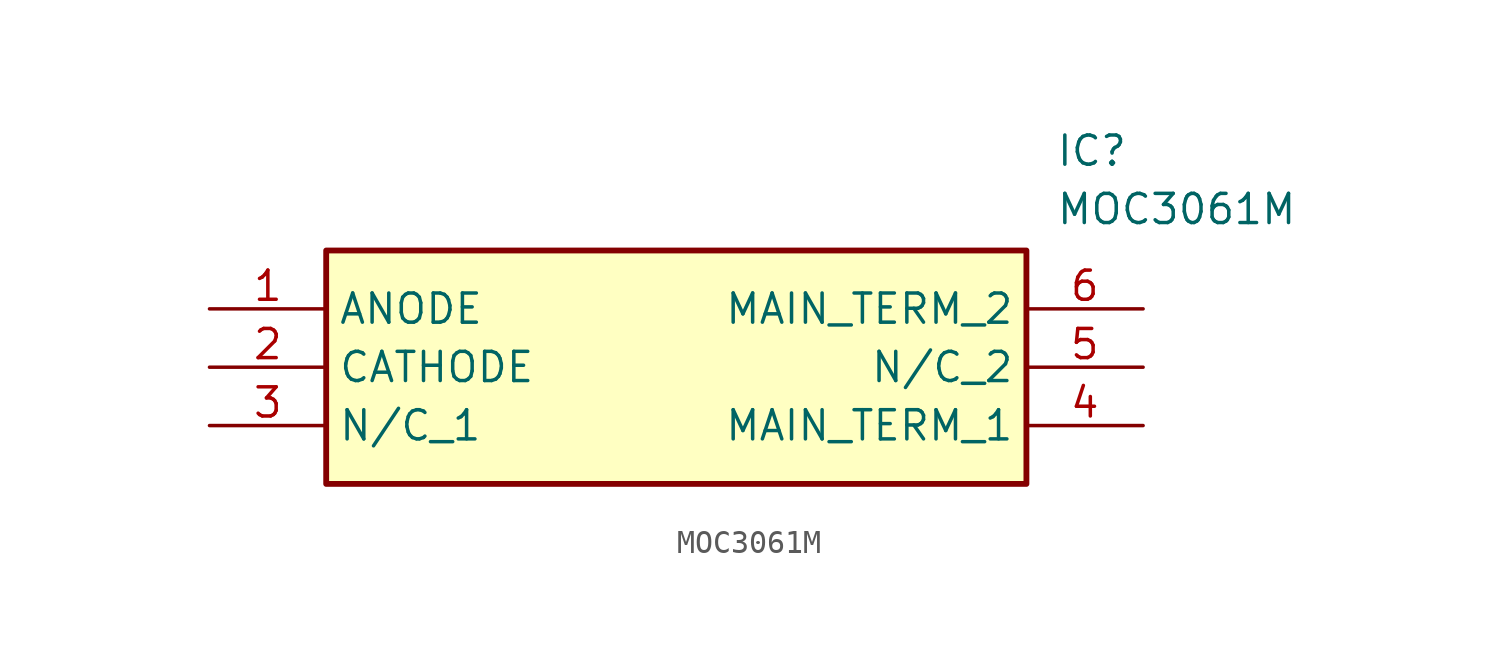
<source format=kicad_sym>
(kicad_symbol_lib
  (version 20211014)
  (generator SamacSys_ECAD_Model)
  (symbol "MOC3061M"
    (property "Reference" "IC"
      (at 36.83 7.62 0)
      (effects (font (size 1.27 1.27)) (justify left top)))
    (property "Value" "MOC3061M"
      (at 36.83 5.08 0)
      (effects (font (size 1.27 1.27)) (justify left top)))
    (rectangle
      (start 5.08 2.54)
      (end 35.56 -7.62)
      (stroke (width 0.254) (type default))
      (fill (type background)))
    (pin passive line
      (at 0 0 0)
      (length 5.08)
      (name "ANODE" (effects (font (size 1.27 1.27))))
      (number "1" (effects (font (size 1.27 1.27)))))
    (pin passive line
      (at 0 -2.54 0)
      (length 5.08)
      (name "CATHODE" (effects (font (size 1.27 1.27))))
      (number "2" (effects (font (size 1.27 1.27)))))
    (pin passive line
      (at 0 -5.08 0)
      (length 5.08)
      (name "N/C_1" (effects (font (size 1.27 1.27))))
      (number "3" (effects (font (size 1.27 1.27)))))
    (pin passive line
      (at 40.64 0 180)
      (length 5.08)
      (name "MAIN_TERM_2" (effects (font (size 1.27 1.27))))
      (number "6" (effects (font (size 1.27 1.27)))))
    (pin passive line
      (at 40.64 -2.54 180)
      (length 5.08)
      (name "N/C_2" (effects (font (size 1.27 1.27))))
      (number "5" (effects (font (size 1.27 1.27)))))
    (pin passive line
      (at 40.64 -5.08 180)
      (length 5.08)
      (name "MAIN_TERM_1" (effects (font (size 1.27 1.27))))
      (number "4" (effects (font (size 1.27 1.27)))))))
</source>
